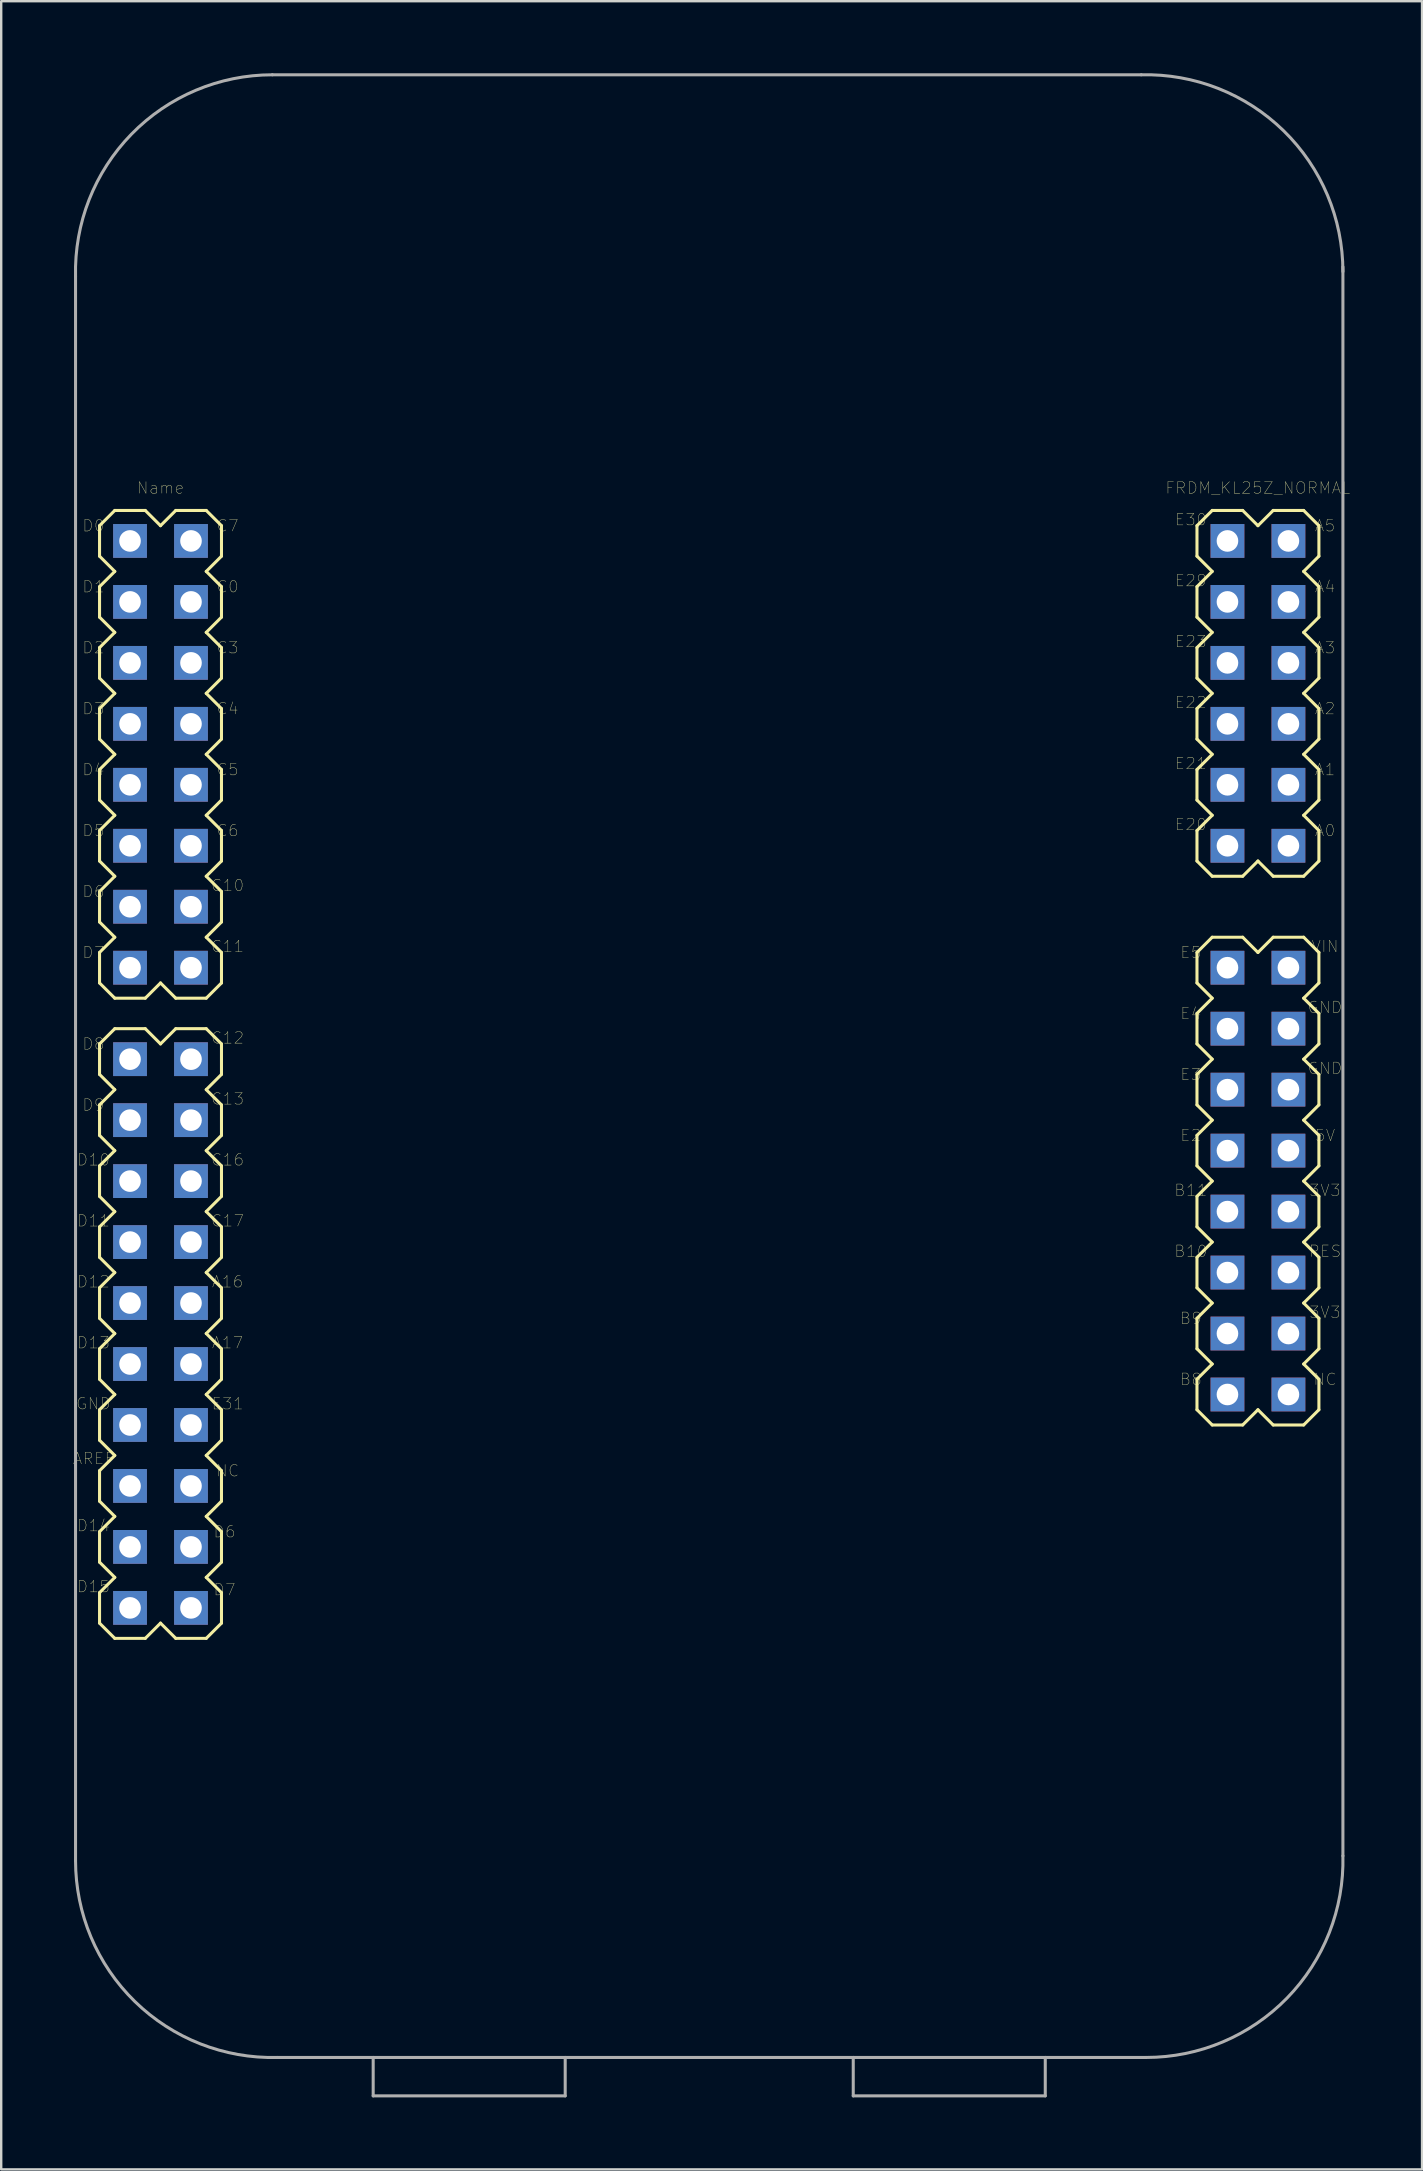
<source format=kicad_pcb>
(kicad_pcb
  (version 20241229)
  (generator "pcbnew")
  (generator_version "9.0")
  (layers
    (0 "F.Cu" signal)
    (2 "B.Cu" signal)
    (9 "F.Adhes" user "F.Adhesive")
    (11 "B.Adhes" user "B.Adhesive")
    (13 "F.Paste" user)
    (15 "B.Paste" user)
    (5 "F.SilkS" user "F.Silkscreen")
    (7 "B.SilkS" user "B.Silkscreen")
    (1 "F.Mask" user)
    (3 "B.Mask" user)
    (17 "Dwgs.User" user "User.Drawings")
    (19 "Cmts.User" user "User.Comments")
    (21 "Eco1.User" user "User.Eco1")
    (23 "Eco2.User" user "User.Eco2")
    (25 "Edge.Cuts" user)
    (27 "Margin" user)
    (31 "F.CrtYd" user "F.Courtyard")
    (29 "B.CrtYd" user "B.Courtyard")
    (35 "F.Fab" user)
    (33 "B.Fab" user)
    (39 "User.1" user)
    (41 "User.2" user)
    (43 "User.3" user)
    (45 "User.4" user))
  (footprint "FRDM_KL25Z_NORMAL"
    (layer "F.Cu")
    (at 26.497 37.266)
    (property "Reference" "FRDM_KL25Z_NORMAL" (at 22.86 -19.99 0) (layer "F.SilkS") (effects (font (size 0.48 0.48) (thickness 0.015))))
    (attr through_hole)
    (fp_line (start -25.4 -18.415) (end -25.4 -17.145) (stroke (width 0.127) (type solid)) (layer "F.SilkS"))
    (fp_line (start -25.4 -17.145) (end -24.765 -16.51) (stroke (width 0.127) (type solid)) (layer "F.SilkS"))
    (fp_line (start -25.4 -15.875) (end -25.4 -14.605) (stroke (width 0.127) (type solid)) (layer "F.SilkS"))
    (fp_line (start -25.4 -14.605) (end -24.765 -13.97) (stroke (width 0.127) (type solid)) (layer "F.SilkS"))
    (fp_line (start -25.4 -13.335) (end -25.4 -12.065) (stroke (width 0.127) (type solid)) (layer "F.SilkS"))
    (fp_line (start -25.4 -12.065) (end -24.765 -11.43) (stroke (width 0.127) (type solid)) (layer "F.SilkS"))
    (fp_line (start -25.4 -10.795) (end -25.4 -9.525) (stroke (width 0.127) (type solid)) (layer "F.SilkS"))
    (fp_line (start -25.4 -9.525) (end -24.765 -8.89) (stroke (width 0.127) (type solid)) (layer "F.SilkS"))
    (fp_line (start -25.4 -8.255) (end -25.4 -6.985) (stroke (width 0.127) (type solid)) (layer "F.SilkS"))
    (fp_line (start -25.4 -6.985) (end -24.765 -6.35) (stroke (width 0.127) (type solid)) (layer "F.SilkS"))
    (fp_line (start -25.4 -5.715) (end -25.4 -4.445) (stroke (width 0.127) (type solid)) (layer "F.SilkS"))
    (fp_line (start -25.4 -4.445) (end -24.765 -3.81) (stroke (width 0.127) (type solid)) (layer "F.SilkS"))
    (fp_line (start -25.4 -3.175) (end -25.4 -1.905) (stroke (width 0.127) (type solid)) (layer "F.SilkS"))
    (fp_line (start -25.4 -1.905) (end -24.765 -1.27) (stroke (width 0.127) (type solid)) (layer "F.SilkS"))
    (fp_line (start -25.4 -0.635) (end -25.4 0.635) (stroke (width 0.127) (type solid)) (layer "F.SilkS"))
    (fp_line (start -25.4 0.635) (end -24.765 1.27) (stroke (width 0.127) (type solid)) (layer "F.SilkS"))
    (fp_line (start -25.4 3.175) (end -25.4 4.445) (stroke (width 0.127) (type solid)) (layer "F.SilkS"))
    (fp_line (start -25.4 4.445) (end -24.765 5.08) (stroke (width 0.127) (type solid)) (layer "F.SilkS"))
    (fp_line (start -25.4 5.715) (end -25.4 6.985) (stroke (width 0.127) (type solid)) (layer "F.SilkS"))
    (fp_line (start -25.4 6.985) (end -24.765 7.62) (stroke (width 0.127) (type solid)) (layer "F.SilkS"))
    (fp_line (start -25.4 8.255) (end -25.4 9.525) (stroke (width 0.127) (type solid)) (layer "F.SilkS"))
    (fp_line (start -25.4 9.525) (end -24.765 10.16) (stroke (width 0.127) (type solid)) (layer "F.SilkS"))
    (fp_line (start -25.4 10.795) (end -25.4 12.065) (stroke (width 0.127) (type solid)) (layer "F.SilkS"))
    (fp_line (start -25.4 12.065) (end -24.765 12.7) (stroke (width 0.127) (type solid)) (layer "F.SilkS"))
    (fp_line (start -25.4 13.335) (end -25.4 14.605) (stroke (width 0.127) (type solid)) (layer "F.SilkS"))
    (fp_line (start -25.4 14.605) (end -24.765 15.24) (stroke (width 0.127) (type solid)) (layer "F.SilkS"))
    (fp_line (start -25.4 15.875) (end -25.4 17.145) (stroke (width 0.127) (type solid)) (layer "F.SilkS"))
    (fp_line (start -25.4 17.145) (end -24.765 17.78) (stroke (width 0.127) (type solid)) (layer "F.SilkS"))
    (fp_line (start -25.4 18.415) (end -25.4 19.685) (stroke (width 0.127) (type solid)) (layer "F.SilkS"))
    (fp_line (start -25.4 19.685) (end -24.765 20.32) (stroke (width 0.127) (type solid)) (layer "F.SilkS"))
    (fp_line (start -25.4 20.955) (end -25.4 22.225) (stroke (width 0.127) (type solid)) (layer "F.SilkS"))
    (fp_line (start -25.4 22.225) (end -24.765 22.86) (stroke (width 0.127) (type solid)) (layer "F.SilkS"))
    (fp_line (start -25.4 23.495) (end -25.4 24.765) (stroke (width 0.127) (type solid)) (layer "F.SilkS"))
    (fp_line (start -25.4 24.765) (end -24.765 25.4) (stroke (width 0.127) (type solid)) (layer "F.SilkS"))
    (fp_line (start -25.4 27.305) (end -25.4 26.035) (stroke (width 0.127) (type solid)) (layer "F.SilkS"))
    (fp_line (start -25.4 27.305) (end -24.765 27.94) (stroke (width 0.127) (type solid)) (layer "F.SilkS"))
    (fp_line (start -24.765 -19.05) (end -25.4 -18.415) (stroke (width 0.127) (type solid)) (layer "F.SilkS"))
    (fp_line (start -24.765 -16.51) (end -25.4 -15.875) (stroke (width 0.127) (type solid)) (layer "F.SilkS"))
    (fp_line (start -24.765 -13.97) (end -25.4 -13.335) (stroke (width 0.127) (type solid)) (layer "F.SilkS"))
    (fp_line (start -24.765 -11.43) (end -25.4 -10.795) (stroke (width 0.127) (type solid)) (layer "F.SilkS"))
    (fp_line (start -24.765 -8.89) (end -25.4 -8.255) (stroke (width 0.127) (type solid)) (layer "F.SilkS"))
    (fp_line (start -24.765 -6.35) (end -25.4 -5.715) (stroke (width 0.127) (type solid)) (layer "F.SilkS"))
    (fp_line (start -24.765 -3.81) (end -25.4 -3.175) (stroke (width 0.127) (type solid)) (layer "F.SilkS"))
    (fp_line (start -24.765 -1.27) (end -25.4 -0.635) (stroke (width 0.127) (type solid)) (layer "F.SilkS"))
    (fp_line (start -24.765 1.27) (end -23.495 1.27) (stroke (width 0.127) (type solid)) (layer "F.SilkS"))
    (fp_line (start -24.765 2.54) (end -25.4 3.175) (stroke (width 0.127) (type solid)) (layer "F.SilkS"))
    (fp_line (start -24.765 2.54) (end -23.495 2.54) (stroke (width 0.127) (type solid)) (layer "F.SilkS"))
    (fp_line (start -24.765 5.08) (end -25.4 5.715) (stroke (width 0.127) (type solid)) (layer "F.SilkS"))
    (fp_line (start -24.765 7.62) (end -25.4 8.255) (stroke (width 0.127) (type solid)) (layer "F.SilkS"))
    (fp_line (start -24.765 10.16) (end -25.4 10.795) (stroke (width 0.127) (type solid)) (layer "F.SilkS"))
    (fp_line (start -24.765 12.7) (end -25.4 13.335) (stroke (width 0.127) (type solid)) (layer "F.SilkS"))
    (fp_line (start -24.765 15.24) (end -25.4 15.875) (stroke (width 0.127) (type solid)) (layer "F.SilkS"))
    (fp_line (start -24.765 17.78) (end -25.4 18.415) (stroke (width 0.127) (type solid)) (layer "F.SilkS"))
    (fp_line (start -24.765 20.32) (end -25.4 20.955) (stroke (width 0.127) (type solid)) (layer "F.SilkS"))
    (fp_line (start -24.765 22.86) (end -25.4 23.495) (stroke (width 0.127) (type solid)) (layer "F.SilkS"))
    (fp_line (start -24.765 25.4) (end -25.4 26.035) (stroke (width 0.127) (type solid)) (layer "F.SilkS"))
    (fp_line (start -24.765 27.94) (end -23.495 27.94) (stroke (width 0.127) (type solid)) (layer "F.SilkS"))
    (fp_line (start -23.495 -19.05) (end -24.765 -19.05) (stroke (width 0.127) (type solid)) (layer "F.SilkS"))
    (fp_line (start -23.495 1.27) (end -22.86 0.635) (stroke (width 0.127) (type solid)) (layer "F.SilkS"))
    (fp_line (start -23.495 27.94) (end -22.86 27.305) (stroke (width 0.127) (type solid)) (layer "F.SilkS"))
    (fp_line (start -22.86 -18.415) (end -23.495 -19.05) (stroke (width 0.127) (type solid)) (layer "F.SilkS"))
    (fp_line (start -22.86 0.635) (end -22.225 1.27) (stroke (width 0.127) (type solid)) (layer "F.SilkS"))
    (fp_line (start -22.86 3.175) (end -23.495 2.54) (stroke (width 0.127) (type solid)) (layer "F.SilkS"))
    (fp_line (start -22.86 27.305) (end -22.225 27.94) (stroke (width 0.127) (type solid)) (layer "F.SilkS"))
    (fp_line (start -22.225 -19.05) (end -22.86 -18.415) (stroke (width 0.127) (type solid)) (layer "F.SilkS"))
    (fp_line (start -22.225 1.27) (end -20.955 1.27) (stroke (width 0.127) (type solid)) (layer "F.SilkS"))
    (fp_line (start -22.225 2.54) (end -22.86 3.175) (stroke (width 0.127) (type solid)) (layer "F.SilkS"))
    (fp_line (start -22.225 2.54) (end -20.955 2.54) (stroke (width 0.127) (type solid)) (layer "F.SilkS"))
    (fp_line (start -22.225 27.94) (end -20.955 27.94) (stroke (width 0.127) (type solid)) (layer "F.SilkS"))
    (fp_line (start -20.955 -19.05) (end -22.225 -19.05) (stroke (width 0.127) (type solid)) (layer "F.SilkS"))
    (fp_line (start -20.955 -16.51) (end -20.32 -17.145) (stroke (width 0.127) (type solid)) (layer "F.SilkS"))
    (fp_line (start -20.955 -13.97) (end -20.32 -14.605) (stroke (width 0.127) (type solid)) (layer "F.SilkS"))
    (fp_line (start -20.955 -11.43) (end -20.32 -12.065) (stroke (width 0.127) (type solid)) (layer "F.SilkS"))
    (fp_line (start -20.955 -8.89) (end -20.32 -9.525) (stroke (width 0.127) (type solid)) (layer "F.SilkS"))
    (fp_line (start -20.955 -6.35) (end -20.32 -6.985) (stroke (width 0.127) (type solid)) (layer "F.SilkS"))
    (fp_line (start -20.955 -3.81) (end -20.32 -4.445) (stroke (width 0.127) (type solid)) (layer "F.SilkS"))
    (fp_line (start -20.955 -1.27) (end -20.32 -1.905) (stroke (width 0.127) (type solid)) (layer "F.SilkS"))
    (fp_line (start -20.955 1.27) (end -20.32 0.635) (stroke (width 0.127) (type solid)) (layer "F.SilkS"))
    (fp_line (start -20.955 5.08) (end -20.32 4.445) (stroke (width 0.127) (type solid)) (layer "F.SilkS"))
    (fp_line (start -20.955 7.62) (end -20.32 6.985) (stroke (width 0.127) (type solid)) (layer "F.SilkS"))
    (fp_line (start -20.955 10.16) (end -20.32 9.525) (stroke (width 0.127) (type solid)) (layer "F.SilkS"))
    (fp_line (start -20.955 12.7) (end -20.32 12.065) (stroke (width 0.127) (type solid)) (layer "F.SilkS"))
    (fp_line (start -20.955 15.24) (end -20.32 14.605) (stroke (width 0.127) (type solid)) (layer "F.SilkS"))
    (fp_line (start -20.955 17.78) (end -20.32 17.145) (stroke (width 0.127) (type solid)) (layer "F.SilkS"))
    (fp_line (start -20.955 20.32) (end -20.32 19.685) (stroke (width 0.127) (type solid)) (layer "F.SilkS"))
    (fp_line (start -20.955 22.86) (end -20.32 22.225) (stroke (width 0.127) (type solid)) (layer "F.SilkS"))
    (fp_line (start -20.955 25.4) (end -20.32 24.765) (stroke (width 0.127) (type solid)) (layer "F.SilkS"))
    (fp_line (start -20.955 27.94) (end -20.32 27.305) (stroke (width 0.127) (type solid)) (layer "F.SilkS"))
    (fp_line (start -20.32 -18.415) (end -20.955 -19.05) (stroke (width 0.127) (type solid)) (layer "F.SilkS"))
    (fp_line (start -20.32 -17.145) (end -20.32 -18.415) (stroke (width 0.127) (type solid)) (layer "F.SilkS"))
    (fp_line (start -20.32 -15.875) (end -20.955 -16.51) (stroke (width 0.127) (type solid)) (layer "F.SilkS"))
    (fp_line (start -20.32 -14.605) (end -20.32 -15.875) (stroke (width 0.127) (type solid)) (layer "F.SilkS"))
    (fp_line (start -20.32 -13.335) (end -20.955 -13.97) (stroke (width 0.127) (type solid)) (layer "F.SilkS"))
    (fp_line (start -20.32 -12.065) (end -20.32 -13.335) (stroke (width 0.127) (type solid)) (layer "F.SilkS"))
    (fp_line (start -20.32 -10.795) (end -20.955 -11.43) (stroke (width 0.127) (type solid)) (layer "F.SilkS"))
    (fp_line (start -20.32 -9.525) (end -20.32 -10.795) (stroke (width 0.127) (type solid)) (layer "F.SilkS"))
    (fp_line (start -20.32 -8.255) (end -20.955 -8.89) (stroke (width 0.127) (type solid)) (layer "F.SilkS"))
    (fp_line (start -20.32 -6.985) (end -20.32 -8.255) (stroke (width 0.127) (type solid)) (layer "F.SilkS"))
    (fp_line (start -20.32 -5.715) (end -20.955 -6.35) (stroke (width 0.127) (type solid)) (layer "F.SilkS"))
    (fp_line (start -20.32 -4.445) (end -20.32 -5.715) (stroke (width 0.127) (type solid)) (layer "F.SilkS"))
    (fp_line (start -20.32 -3.175) (end -20.955 -3.81) (stroke (width 0.127) (type solid)) (layer "F.SilkS"))
    (fp_line (start -20.32 -1.905) (end -20.32 -3.175) (stroke (width 0.127) (type solid)) (layer "F.SilkS"))
    (fp_line (start -20.32 -0.635) (end -20.955 -1.27) (stroke (width 0.127) (type solid)) (layer "F.SilkS"))
    (fp_line (start -20.32 0.635) (end -20.32 -0.635) (stroke (width 0.127) (type solid)) (layer "F.SilkS"))
    (fp_line (start -20.32 3.175) (end -20.955 2.54) (stroke (width 0.127) (type solid)) (layer "F.SilkS"))
    (fp_line (start -20.32 4.445) (end -20.32 3.175) (stroke (width 0.127) (type solid)) (layer "F.SilkS"))
    (fp_line (start -20.32 5.715) (end -20.955 5.08) (stroke (width 0.127) (type solid)) (layer "F.SilkS"))
    (fp_line (start -20.32 6.985) (end -20.32 5.715) (stroke (width 0.127) (type solid)) (layer "F.SilkS"))
    (fp_line (start -20.32 8.255) (end -20.955 7.62) (stroke (width 0.127) (type solid)) (layer "F.SilkS"))
    (fp_line (start -20.32 9.525) (end -20.32 8.255) (stroke (width 0.127) (type solid)) (layer "F.SilkS"))
    (fp_line (start -20.32 10.795) (end -20.955 10.16) (stroke (width 0.127) (type solid)) (layer "F.SilkS"))
    (fp_line (start -20.32 12.065) (end -20.32 10.795) (stroke (width 0.127) (type solid)) (layer "F.SilkS"))
    (fp_line (start -20.32 13.335) (end -20.955 12.7) (stroke (width 0.127) (type solid)) (layer "F.SilkS"))
    (fp_line (start -20.32 14.605) (end -20.32 13.335) (stroke (width 0.127) (type solid)) (layer "F.SilkS"))
    (fp_line (start -20.32 15.875) (end -20.955 15.24) (stroke (width 0.127) (type solid)) (layer "F.SilkS"))
    (fp_line (start -20.32 17.145) (end -20.32 15.875) (stroke (width 0.127) (type solid)) (layer "F.SilkS"))
    (fp_line (start -20.32 18.415) (end -20.955 17.78) (stroke (width 0.127) (type solid)) (layer "F.SilkS"))
    (fp_line (start -20.32 19.685) (end -20.32 18.415) (stroke (width 0.127) (type solid)) (layer "F.SilkS"))
    (fp_line (start -20.32 20.955) (end -20.955 20.32) (stroke (width 0.127) (type solid)) (layer "F.SilkS"))
    (fp_line (start -20.32 22.225) (end -20.32 20.955) (stroke (width 0.127) (type solid)) (layer "F.SilkS"))
    (fp_line (start -20.32 23.495) (end -20.955 22.86) (stroke (width 0.127) (type solid)) (layer "F.SilkS"))
    (fp_line (start -20.32 24.765) (end -20.32 23.495) (stroke (width 0.127) (type solid)) (layer "F.SilkS"))
    (fp_line (start -20.32 26.035) (end -20.955 25.4) (stroke (width 0.127) (type solid)) (layer "F.SilkS"))
    (fp_line (start -20.32 27.305) (end -20.32 26.035) (stroke (width 0.127) (type solid)) (layer "F.SilkS"))
    (fp_line (start 20.32 -18.415) (end 20.32 -17.145) (stroke (width 0.127) (type solid)) (layer "F.SilkS"))
    (fp_line (start 20.32 -17.145) (end 20.955 -16.51) (stroke (width 0.127) (type solid)) (layer "F.SilkS"))
    (fp_line (start 20.32 -15.875) (end 20.32 -14.605) (stroke (width 0.127) (type solid)) (layer "F.SilkS"))
    (fp_line (start 20.32 -14.605) (end 20.955 -13.97) (stroke (width 0.127) (type solid)) (layer "F.SilkS"))
    (fp_line (start 20.32 -13.335) (end 20.32 -12.065) (stroke (width 0.127) (type solid)) (layer "F.SilkS"))
    (fp_line (start 20.32 -12.065) (end 20.955 -11.43) (stroke (width 0.127) (type solid)) (layer "F.SilkS"))
    (fp_line (start 20.32 -10.795) (end 20.32 -9.525) (stroke (width 0.127) (type solid)) (layer "F.SilkS"))
    (fp_line (start 20.32 -9.525) (end 20.955 -8.89) (stroke (width 0.127) (type solid)) (layer "F.SilkS"))
    (fp_line (start 20.32 -8.255) (end 20.32 -6.985) (stroke (width 0.127) (type solid)) (layer "F.SilkS"))
    (fp_line (start 20.32 -6.985) (end 20.955 -6.35) (stroke (width 0.127) (type solid)) (layer "F.SilkS"))
    (fp_line (start 20.32 -5.715) (end 20.32 -4.445) (stroke (width 0.127) (type solid)) (layer "F.SilkS"))
    (fp_line (start 20.32 -4.445) (end 20.955 -3.81) (stroke (width 0.127) (type solid)) (layer "F.SilkS"))
    (fp_line (start 20.32 -0.635) (end 20.32 0.635) (stroke (width 0.127) (type solid)) (layer "F.SilkS"))
    (fp_line (start 20.32 0.635) (end 20.955 1.27) (stroke (width 0.127) (type solid)) (layer "F.SilkS"))
    (fp_line (start 20.32 1.905) (end 20.32 3.175) (stroke (width 0.127) (type solid)) (layer "F.SilkS"))
    (fp_line (start 20.32 3.175) (end 20.955 3.81) (stroke (width 0.127) (type solid)) (layer "F.SilkS"))
    (fp_line (start 20.32 4.445) (end 20.32 5.715) (stroke (width 0.127) (type solid)) (layer "F.SilkS"))
    (fp_line (start 20.32 5.715) (end 20.955 6.35) (stroke (width 0.127) (type solid)) (layer "F.SilkS"))
    (fp_line (start 20.32 6.985) (end 20.32 8.255) (stroke (width 0.127) (type solid)) (layer "F.SilkS"))
    (fp_line (start 20.32 8.255) (end 20.955 8.89) (stroke (width 0.127) (type solid)) (layer "F.SilkS"))
    (fp_line (start 20.32 9.525) (end 20.32 10.795) (stroke (width 0.127) (type solid)) (layer "F.SilkS"))
    (fp_line (start 20.32 10.795) (end 20.955 11.43) (stroke (width 0.127) (type solid)) (layer "F.SilkS"))
    (fp_line (start 20.32 12.065) (end 20.32 13.335) (stroke (width 0.127) (type solid)) (layer "F.SilkS"))
    (fp_line (start 20.32 13.335) (end 20.955 13.97) (stroke (width 0.127) (type solid)) (layer "F.SilkS"))
    (fp_line (start 20.32 14.605) (end 20.32 15.875) (stroke (width 0.127) (type solid)) (layer "F.SilkS"))
    (fp_line (start 20.32 15.875) (end 20.955 16.51) (stroke (width 0.127) (type solid)) (layer "F.SilkS"))
    (fp_line (start 20.32 18.415) (end 20.32 17.145) (stroke (width 0.127) (type solid)) (layer "F.SilkS"))
    (fp_line (start 20.32 18.415) (end 20.955 19.05) (stroke (width 0.127) (type solid)) (layer "F.SilkS"))
    (fp_line (start 20.955 -19.05) (end 20.32 -18.415) (stroke (width 0.127) (type solid)) (layer "F.SilkS"))
    (fp_line (start 20.955 -16.51) (end 20.32 -15.875) (stroke (width 0.127) (type solid)) (layer "F.SilkS"))
    (fp_line (start 20.955 -13.97) (end 20.32 -13.335) (stroke (width 0.127) (type solid)) (layer "F.SilkS"))
    (fp_line (start 20.955 -11.43) (end 20.32 -10.795) (stroke (width 0.127) (type solid)) (layer "F.SilkS"))
    (fp_line (start 20.955 -8.89) (end 20.32 -8.255) (stroke (width 0.127) (type solid)) (layer "F.SilkS"))
    (fp_line (start 20.955 -6.35) (end 20.32 -5.715) (stroke (width 0.127) (type solid)) (layer "F.SilkS"))
    (fp_line (start 20.955 -3.81) (end 22.225 -3.81) (stroke (width 0.127) (type solid)) (layer "F.SilkS"))
    (fp_line (start 20.955 -1.27) (end 20.32 -0.635) (stroke (width 0.127) (type solid)) (layer "F.SilkS"))
    (fp_line (start 20.955 -1.27) (end 22.225 -1.27) (stroke (width 0.127) (type solid)) (layer "F.SilkS"))
    (fp_line (start 20.955 1.27) (end 20.32 1.905) (stroke (width 0.127) (type solid)) (layer "F.SilkS"))
    (fp_line (start 20.955 3.81) (end 20.32 4.445) (stroke (width 0.127) (type solid)) (layer "F.SilkS"))
    (fp_line (start 20.955 6.35) (end 20.32 6.985) (stroke (width 0.127) (type solid)) (layer "F.SilkS"))
    (fp_line (start 20.955 8.89) (end 20.32 9.525) (stroke (width 0.127) (type solid)) (layer "F.SilkS"))
    (fp_line (start 20.955 11.43) (end 20.32 12.065) (stroke (width 0.127) (type solid)) (layer "F.SilkS"))
    (fp_line (start 20.955 13.97) (end 20.32 14.605) (stroke (width 0.127) (type solid)) (layer "F.SilkS"))
    (fp_line (start 20.955 16.51) (end 20.32 17.145) (stroke (width 0.127) (type solid)) (layer "F.SilkS"))
    (fp_line (start 20.955 19.05) (end 22.225 19.05) (stroke (width 0.127) (type solid)) (layer "F.SilkS"))
    (fp_line (start 22.225 -19.05) (end 20.955 -19.05) (stroke (width 0.127) (type solid)) (layer "F.SilkS"))
    (fp_line (start 22.225 -3.81) (end 22.86 -4.445) (stroke (width 0.127) (type solid)) (layer "F.SilkS"))
    (fp_line (start 22.225 19.05) (end 22.86 18.415) (stroke (width 0.127) (type solid)) (layer "F.SilkS"))
    (fp_line (start 22.86 -18.415) (end 22.225 -19.05) (stroke (width 0.127) (type solid)) (layer "F.SilkS"))
    (fp_line (start 22.86 -4.445) (end 23.495 -3.81) (stroke (width 0.127) (type solid)) (layer "F.SilkS"))
    (fp_line (start 22.86 -0.635) (end 22.225 -1.27) (stroke (width 0.127) (type solid)) (layer "F.SilkS"))
    (fp_line (start 22.86 18.415) (end 23.495 19.05) (stroke (width 0.127) (type solid)) (layer "F.SilkS"))
    (fp_line (start 23.495 -19.05) (end 22.86 -18.415) (stroke (width 0.127) (type solid)) (layer "F.SilkS"))
    (fp_line (start 23.495 -1.27) (end 22.86 -0.635) (stroke (width 0.127) (type solid)) (layer "F.SilkS"))
    (fp_line (start 23.495 -1.27) (end 24.765 -1.27) (stroke (width 0.127) (type solid)) (layer "F.SilkS"))
    (fp_line (start 23.495 19.05) (end 24.765 19.05) (stroke (width 0.127) (type solid)) (layer "F.SilkS"))
    (fp_line (start 24.765 -19.05) (end 23.495 -19.05) (stroke (width 0.127) (type solid)) (layer "F.SilkS"))
    (fp_line (start 24.765 -19.05) (end 25.4 -18.415) (stroke (width 0.127) (type solid)) (layer "F.SilkS"))
    (fp_line (start 24.765 -16.51) (end 25.4 -15.875) (stroke (width 0.127) (type solid)) (layer "F.SilkS"))
    (fp_line (start 24.765 -13.97) (end 25.4 -13.335) (stroke (width 0.127) (type solid)) (layer "F.SilkS"))
    (fp_line (start 24.765 -11.43) (end 25.4 -10.795) (stroke (width 0.127) (type solid)) (layer "F.SilkS"))
    (fp_line (start 24.765 -8.89) (end 25.4 -8.255) (stroke (width 0.127) (type solid)) (layer "F.SilkS"))
    (fp_line (start 24.765 -6.35) (end 25.4 -5.715) (stroke (width 0.127) (type solid)) (layer "F.SilkS"))
    (fp_line (start 24.765 -3.81) (end 23.495 -3.81) (stroke (width 0.127) (type solid)) (layer "F.SilkS"))
    (fp_line (start 24.765 1.27) (end 25.4 0.635) (stroke (width 0.127) (type solid)) (layer "F.SilkS"))
    (fp_line (start 24.765 3.81) (end 25.4 3.175) (stroke (width 0.127) (type solid)) (layer "F.SilkS"))
    (fp_line (start 24.765 6.35) (end 25.4 5.715) (stroke (width 0.127) (type solid)) (layer "F.SilkS"))
    (fp_line (start 24.765 8.89) (end 25.4 8.255) (stroke (width 0.127) (type solid)) (layer "F.SilkS"))
    (fp_line (start 24.765 11.43) (end 25.4 10.795) (stroke (width 0.127) (type solid)) (layer "F.SilkS"))
    (fp_line (start 24.765 13.97) (end 25.4 13.335) (stroke (width 0.127) (type solid)) (layer "F.SilkS"))
    (fp_line (start 24.765 16.51) (end 25.4 15.875) (stroke (width 0.127) (type solid)) (layer "F.SilkS"))
    (fp_line (start 24.765 19.05) (end 25.4 18.415) (stroke (width 0.127) (type solid)) (layer "F.SilkS"))
    (fp_line (start 25.4 -18.415) (end 25.4 -17.145) (stroke (width 0.127) (type solid)) (layer "F.SilkS"))
    (fp_line (start 25.4 -17.145) (end 24.765 -16.51) (stroke (width 0.127) (type solid)) (layer "F.SilkS"))
    (fp_line (start 25.4 -15.875) (end 25.4 -14.605) (stroke (width 0.127) (type solid)) (layer "F.SilkS"))
    (fp_line (start 25.4 -14.605) (end 24.765 -13.97) (stroke (width 0.127) (type solid)) (layer "F.SilkS"))
    (fp_line (start 25.4 -13.335) (end 25.4 -12.065) (stroke (width 0.127) (type solid)) (layer "F.SilkS"))
    (fp_line (start 25.4 -12.065) (end 24.765 -11.43) (stroke (width 0.127) (type solid)) (layer "F.SilkS"))
    (fp_line (start 25.4 -10.795) (end 25.4 -9.525) (stroke (width 0.127) (type solid)) (layer "F.SilkS"))
    (fp_line (start 25.4 -9.525) (end 24.765 -8.89) (stroke (width 0.127) (type solid)) (layer "F.SilkS"))
    (fp_line (start 25.4 -8.255) (end 25.4 -6.985) (stroke (width 0.127) (type solid)) (layer "F.SilkS"))
    (fp_line (start 25.4 -6.985) (end 24.765 -6.35) (stroke (width 0.127) (type solid)) (layer "F.SilkS"))
    (fp_line (start 25.4 -5.715) (end 25.4 -4.445) (stroke (width 0.127) (type solid)) (layer "F.SilkS"))
    (fp_line (start 25.4 -4.445) (end 24.765 -3.81) (stroke (width 0.127) (type solid)) (layer "F.SilkS"))
    (fp_line (start 25.4 -0.635) (end 24.765 -1.27) (stroke (width 0.127) (type solid)) (layer "F.SilkS"))
    (fp_line (start 25.4 0.635) (end 25.4 -0.635) (stroke (width 0.127) (type solid)) (layer "F.SilkS"))
    (fp_line (start 25.4 1.905) (end 24.765 1.27) (stroke (width 0.127) (type solid)) (layer "F.SilkS"))
    (fp_line (start 25.4 3.175) (end 25.4 1.905) (stroke (width 0.127) (type solid)) (layer "F.SilkS"))
    (fp_line (start 25.4 4.445) (end 24.765 3.81) (stroke (width 0.127) (type solid)) (layer "F.SilkS"))
    (fp_line (start 25.4 5.715) (end 25.4 4.445) (stroke (width 0.127) (type solid)) (layer "F.SilkS"))
    (fp_line (start 25.4 6.985) (end 24.765 6.35) (stroke (width 0.127) (type solid)) (layer "F.SilkS"))
    (fp_line (start 25.4 8.255) (end 25.4 6.985) (stroke (width 0.127) (type solid)) (layer "F.SilkS"))
    (fp_line (start 25.4 9.525) (end 24.765 8.89) (stroke (width 0.127) (type solid)) (layer "F.SilkS"))
    (fp_line (start 25.4 10.795) (end 25.4 9.525) (stroke (width 0.127) (type solid)) (layer "F.SilkS"))
    (fp_line (start 25.4 12.065) (end 24.765 11.43) (stroke (width 0.127) (type solid)) (layer "F.SilkS"))
    (fp_line (start 25.4 12.065) (end 25.4 13.335) (stroke (width 0.127) (type solid)) (layer "F.SilkS"))
    (fp_line (start 25.4 14.605) (end 24.765 13.97) (stroke (width 0.127) (type solid)) (layer "F.SilkS"))
    (fp_line (start 25.4 15.875) (end 25.4 14.605) (stroke (width 0.127) (type solid)) (layer "F.SilkS"))
    (fp_line (start 25.4 17.145) (end 24.765 16.51) (stroke (width 0.127) (type solid)) (layer "F.SilkS"))
    (fp_line (start 25.4 18.415) (end 25.4 17.145) (stroke (width 0.127) (type solid)) (layer "F.SilkS"))
    (fp_line (start -26.4 -28.8) (end -26.4 37.2) (stroke (width 0.127) (type solid)) (layer "F.Fab"))
    (fp_line (start -14 45.4) (end -18 45.4) (stroke (width 0.127) (type solid)) (layer "F.Fab"))
    (fp_line (start -14 45.4) (end -14 47) (stroke (width 0.127) (type solid)) (layer "F.Fab"))
    (fp_line (start -14 47) (end -6 47) (stroke (width 0.127) (type solid)) (layer "F.Fab"))
    (fp_line (start -6 45.4) (end -14 45.4) (stroke (width 0.127) (type solid)) (layer "F.Fab"))
    (fp_line (start -6 47) (end -6 45.4) (stroke (width 0.127) (type solid)) (layer "F.Fab"))
    (fp_line (start 6 45.4) (end -6 45.4) (stroke (width 0.127) (type solid)) (layer "F.Fab"))
    (fp_line (start 6 47) (end 6 45.4) (stroke (width 0.127) (type solid)) (layer "F.Fab"))
    (fp_line (start 14 45.4) (end 6 45.4) (stroke (width 0.127) (type solid)) (layer "F.Fab"))
    (fp_line (start 14 45.4) (end 14 47) (stroke (width 0.127) (type solid)) (layer "F.Fab"))
    (fp_line (start 14 47) (end 6 47) (stroke (width 0.127) (type solid)) (layer "F.Fab"))
    (fp_line (start 18 -37.2) (end -18.2 -37.2) (stroke (width 0.127) (type solid)) (layer "F.Fab"))
    (fp_line (start 18.2 45.4) (end 14 45.4) (stroke (width 0.127) (type solid)) (layer "F.Fab"))
    (fp_line (start 26.4 -29.2) (end 26.4 37) (stroke (width 0.127) (type solid)) (layer "F.Fab"))
    (fp_arc (start -26.4 -28.8) (mid -24.069771 -34.727634) (end -18.2 -37.2) (stroke (width 0.127) (type solid)) (layer "F.Fab"))
    (fp_arc (start -18 45.4) (mid -23.927634 43.069771) (end -26.4 37.2) (stroke (width 0.127) (type solid)) (layer "F.Fab"))
    (fp_arc (start 18 -37.2) (mid 23.927634 -34.869771) (end 26.4 -29) (stroke (width 0.127) (type solid)) (layer "F.Fab"))
    (fp_arc (start 26.4 37) (mid 24.069771 42.927634) (end 18.2 45.4) (stroke (width 0.127) (type solid)) (layer "F.Fab"))
    (fp_text user "C16" (at -20.066 8.001 0) (layer "F.SilkS") (effects (font (size 0.48 0.48) (thickness 0.015))))
    (fp_text user "GND" (at 25.654 4.191 0) (layer "F.SilkS") (effects (font (size 0.48 0.48) (thickness 0.015))))
    (fp_text user "C3" (at -20.066 -13.335 0) (layer "F.SilkS") (effects (font (size 0.48 0.48) (thickness 0.015))))
    (fp_text user "C13" (at -20.066 5.461 0) (layer "F.SilkS") (effects (font (size 0.48 0.48) (thickness 0.015))))
    (fp_text user "C5" (at -20.066 -8.255 0) (layer "F.SilkS") (effects (font (size 0.48 0.48) (thickness 0.015))))
    (fp_text user "D6" (at -20.193 23.495 0) (layer "F.SilkS") (effects (font (size 0.48 0.48) (thickness 0.015))))
    (fp_text user "D13" (at -25.654 15.621 0) (layer "F.SilkS") (effects (font (size 0.48 0.48) (thickness 0.015))))
    (fp_text user "A16" (at -20.066 13.081 0) (layer "F.SilkS") (effects (font (size 0.48 0.48) (thickness 0.015))))
    (fp_text user "A2" (at 25.654 -10.795 0) (layer "F.SilkS") (effects (font (size 0.48 0.48) (thickness 0.015))))
    (fp_text user "D1" (at -25.654 -15.875 0) (layer "F.SilkS") (effects (font (size 0.48 0.48) (thickness 0.015))))
    (fp_text user "D4" (at -25.654 -8.255 0) (layer "F.SilkS") (effects (font (size 0.48 0.48) (thickness 0.015))))
    (fp_text user "E3" (at 20.066 4.445 0) (layer "F.SilkS") (effects (font (size 0.48 0.48) (thickness 0.015))))
    (fp_text user "A5" (at 25.654 -18.415 0) (layer "F.SilkS") (effects (font (size 0.48 0.48) (thickness 0.015))))
    (fp_text user "3V3" (at 25.654 14.351 0) (layer "F.SilkS") (effects (font (size 0.48 0.48) (thickness 0.015))))
    (fp_text user "D15" (at -25.654 25.781 0) (layer "F.SilkS") (effects (font (size 0.48 0.48) (thickness 0.015))))
    (fp_text user "GND" (at -25.654 18.161 0) (layer "F.SilkS") (effects (font (size 0.48 0.48) (thickness 0.015))))
    (fp_text user "C11" (at -20.066 -0.889 0) (layer "F.SilkS") (effects (font (size 0.48 0.48) (thickness 0.015))))
    (fp_text user "A3" (at 25.654 -13.335 0) (layer "F.SilkS") (effects (font (size 0.48 0.48) (thickness 0.015))))
    (fp_text user "VIN" (at 25.654 -0.889 0) (layer "F.SilkS") (effects (font (size 0.48 0.48) (thickness 0.015))))
    (fp_text user "C6" (at -20.066 -5.715 0) (layer "F.SilkS") (effects (font (size 0.48 0.48) (thickness 0.015))))
    (fp_text user "A0" (at 25.654 -5.715 0) (layer "F.SilkS") (effects (font (size 0.48 0.48) (thickness 0.015))))
    (fp_text user "D7" (at -25.654 -0.635 0) (layer "F.SilkS") (effects (font (size 0.48 0.48) (thickness 0.015))))
    (fp_text user "D12" (at -25.654 13.081 0) (layer "F.SilkS") (effects (font (size 0.48 0.48) (thickness 0.015))))
    (fp_text user "D2" (at -25.654 -13.335 0) (layer "F.SilkS") (effects (font (size 0.48 0.48) (thickness 0.015))))
    (fp_text user "B11" (at 20.066 9.271 0) (layer "F.SilkS") (effects (font (size 0.48 0.48) (thickness 0.015))))
    (fp_text user "3V3" (at 25.654 9.271 0) (layer "F.SilkS") (effects (font (size 0.48 0.48) (thickness 0.015))))
    (fp_text user "NC" (at 25.654 17.145 0) (layer "F.SilkS") (effects (font (size 0.48 0.48) (thickness 0.015))))
    (fp_text user "GND" (at 25.654 1.651 0) (layer "F.SilkS") (effects (font (size 0.48 0.48) (thickness 0.015))))
    (fp_text user "NC" (at -20.066 20.955 0) (layer "F.SilkS") (effects (font (size 0.48 0.48) (thickness 0.015))))
    (fp_text user "D10" (at -25.654 8.001 0) (layer "F.SilkS") (effects (font (size 0.48 0.48) (thickness 0.015))))
    (fp_text user "E30" (at 20.066 -18.669 0) (layer "F.SilkS") (effects (font (size 0.48 0.48) (thickness 0.015))))
    (fp_text user "D3" (at -25.654 -10.795 0) (layer "F.SilkS") (effects (font (size 0.48 0.48) (thickness 0.015))))
    (fp_text user "E5" (at 20.066 -0.635 0) (layer "F.SilkS") (effects (font (size 0.48 0.48) (thickness 0.015))))
    (fp_text user "B9" (at 20.066 14.605 0) (layer "F.SilkS") (effects (font (size 0.48 0.48) (thickness 0.015))))
    (fp_text user "D8" (at -25.654 3.175 0) (layer "F.SilkS") (effects (font (size 0.48 0.48) (thickness 0.015))))
    (fp_text user "D11" (at -25.654 10.541 0) (layer "F.SilkS") (effects (font (size 0.48 0.48) (thickness 0.015))))
    (fp_text user "D0" (at -25.654 -18.415 0) (layer "F.SilkS") (effects (font (size 0.48 0.48) (thickness 0.015))))
    (fp_text user "C7" (at -20.066 -18.415 0) (layer "F.SilkS") (effects (font (size 0.48 0.48) (thickness 0.015))))
    (fp_text user "A4" (at 25.654 -15.875 0) (layer "F.SilkS") (effects (font (size 0.48 0.48) (thickness 0.015))))
    (fp_text user "C12" (at -20.066 2.921 0) (layer "F.SilkS") (effects (font (size 0.48 0.48) (thickness 0.015))))
    (fp_text user "C17" (at -20.066 10.541 0) (layer "F.SilkS") (effects (font (size 0.48 0.48) (thickness 0.015))))
    (fp_text user "C10" (at -20.066 -3.429 0) (layer "F.SilkS") (effects (font (size 0.48 0.48) (thickness 0.015))))
    (fp_text user "C0" (at -20.066 -15.875 0) (layer "F.SilkS") (effects (font (size 0.48 0.48) (thickness 0.015))))
    (fp_text user "A1" (at 25.654 -8.255 0) (layer "F.SilkS") (effects (font (size 0.48 0.48) (thickness 0.015))))
    (fp_text user "E21" (at 20.066 -8.509 0) (layer "F.SilkS") (effects (font (size 0.48 0.48) (thickness 0.015))))
    (fp_text user "E31" (at -20.066 18.161 0) (layer "F.SilkS") (effects (font (size 0.48 0.48) (thickness 0.015))))
    (fp_text user "E4" (at 20.066 1.905 0) (layer "F.SilkS") (effects (font (size 0.48 0.48) (thickness 0.015))))
    (fp_text user "A17" (at -20.066 15.621 0) (layer "F.SilkS") (effects (font (size 0.48 0.48) (thickness 0.015))))
    (fp_text user "E23" (at 20.066 -13.589 0) (layer "F.SilkS") (effects (font (size 0.48 0.48) (thickness 0.015))))
    (fp_text user "Name" (at -22.86 -19.99 0) (layer "F.SilkS") (effects (font (size 0.48 0.48) (thickness 0.015))))
    (fp_text user "AREF" (at -25.654 20.447 0) (layer "F.SilkS") (effects (font (size 0.48 0.48) (thickness 0.015))))
    (fp_text user "E20" (at 20.066 -5.969 0) (layer "F.SilkS") (effects (font (size 0.48 0.48) (thickness 0.015))))
    (fp_text user "D6" (at -25.654 -3.175 0) (layer "F.SilkS") (effects (font (size 0.48 0.48) (thickness 0.015))))
    (fp_text user "B10" (at 20.066 11.811 0) (layer "F.SilkS") (effects (font (size 0.48 0.48) (thickness 0.015))))
    (fp_text user "5V" (at 25.654 6.985 0) (layer "F.SilkS") (effects (font (size 0.48 0.48) (thickness 0.015))))
    (fp_text user "RES" (at 25.654 11.811 0) (layer "F.SilkS") (effects (font (size 0.48 0.48) (thickness 0.015))))
    (fp_text user "E22" (at 20.066 -11.049 0) (layer "F.SilkS") (effects (font (size 0.48 0.48) (thickness 0.015))))
    (fp_text user "D9" (at -25.654 5.715 0) (layer "F.SilkS") (effects (font (size 0.48 0.48) (thickness 0.015))))
    (fp_text user "E29" (at 20.066 -16.129 0) (layer "F.SilkS") (effects (font (size 0.48 0.48) (thickness 0.015))))
    (fp_text user "C4" (at -20.066 -10.795 0) (layer "F.SilkS") (effects (font (size 0.48 0.48) (thickness 0.015))))
    (fp_text user "D7" (at -20.193 25.908 0) (layer "F.SilkS") (effects (font (size 0.48 0.48) (thickness 0.015))))
    (fp_text user "D5" (at -25.654 -5.715 0) (layer "F.SilkS") (effects (font (size 0.48 0.48) (thickness 0.015))))
    (fp_text user "E2" (at 20.066 6.985 0) (layer "F.SilkS") (effects (font (size 0.48 0.48) (thickness 0.015))))
    (fp_text user "D14" (at -25.654 23.241 0) (layer "F.SilkS") (effects (font (size 0.48 0.48) (thickness 0.015))))
    (fp_text user "B8" (at 20.066 17.145 0) (layer "F.SilkS") (effects (font (size 0.48 0.48) (thickness 0.015))))
    (pad "3V3" thru_hole rect (at 24.13 15.24) (size 1.408 1.408) (drill 0.9) (layers "*.Cu" "*.Mask"))
    (pad "5V" thru_hole rect (at 24.13 7.62) (size 1.408 1.408) (drill 0.9) (layers "*.Cu" "*.Mask"))
    (pad "A0" thru_hole rect (at 24.13 -5.08) (size 1.408 1.408) (drill 0.9) (layers "*.Cu" "*.Mask"))
    (pad "A1" thru_hole rect (at 24.13 -7.62) (size 1.408 1.408) (drill 0.9) (layers "*.Cu" "*.Mask"))
    (pad "A2" thru_hole rect (at 24.13 -10.16) (size 1.408 1.408) (drill 0.9) (layers "*.Cu" "*.Mask"))
    (pad "A3" thru_hole rect (at 24.13 -12.7) (size 1.408 1.408) (drill 0.9) (layers "*.Cu" "*.Mask"))
    (pad "A4" thru_hole rect (at 24.13 -15.24) (size 1.408 1.408) (drill 0.9) (layers "*.Cu" "*.Mask"))
    (pad "A5" thru_hole rect (at 24.13 -17.78) (size 1.408 1.408) (drill 0.9) (layers "*.Cu" "*.Mask"))
    (pad "AREF" thru_hole rect (at -24.13 21.59) (size 1.408 1.408) (drill 0.9) (layers "*.Cu" "*.Mask"))
    (pad "D0" thru_hole rect (at -24.13 -17.78) (size 1.408 1.408) (drill 0.9) (layers "*.Cu" "*.Mask"))
    (pad "D1" thru_hole rect (at -24.13 -15.24) (size 1.408 1.408) (drill 0.9) (layers "*.Cu" "*.Mask"))
    (pad "D2" thru_hole rect (at -24.13 -12.7) (size 1.408 1.408) (drill 0.9) (layers "*.Cu" "*.Mask"))
    (pad "D3" thru_hole rect (at -24.13 -10.16) (size 1.408 1.408) (drill 0.9) (layers "*.Cu" "*.Mask"))
    (pad "D4" thru_hole rect (at -24.13 -7.62) (size 1.408 1.408) (drill 0.9) (layers "*.Cu" "*.Mask"))
    (pad "D5" thru_hole rect (at -24.13 -5.08) (size 1.408 1.408) (drill 0.9) (layers "*.Cu" "*.Mask"))
    (pad "D6" thru_hole rect (at -24.13 -2.54) (size 1.408 1.408) (drill 0.9) (layers "*.Cu" "*.Mask"))
    (pad "D7" thru_hole rect (at -24.13 0) (size 1.408 1.408) (drill 0.9) (layers "*.Cu" "*.Mask"))
    (pad "D8" thru_hole rect (at -24.13 3.81) (size 1.408 1.408) (drill 0.9) (layers "*.Cu" "*.Mask"))
    (pad "D9" thru_hole rect (at -24.13 6.35) (size 1.408 1.408) (drill 0.9) (layers "*.Cu" "*.Mask"))
    (pad "D10" thru_hole rect (at -24.13 8.89) (size 1.408 1.408) (drill 0.9) (layers "*.Cu" "*.Mask"))
    (pad "D11" thru_hole rect (at -24.13 11.43) (size 1.408 1.408) (drill 0.9) (layers "*.Cu" "*.Mask"))
    (pad "D12" thru_hole rect (at -24.13 13.97) (size 1.408 1.408) (drill 0.9) (layers "*.Cu" "*.Mask"))
    (pad "D13" thru_hole rect (at -24.13 16.51) (size 1.408 1.408) (drill 0.9) (layers "*.Cu" "*.Mask"))
    (pad "D14" thru_hole rect (at -24.13 24.13) (size 1.408 1.408) (drill 0.9) (layers "*.Cu" "*.Mask"))
    (pad "D15" thru_hole rect (at -24.13 26.67) (size 1.408 1.408) (drill 0.9) (layers "*.Cu" "*.Mask"))
    (pad "GND0" thru_hole rect (at 24.13 2.54) (size 1.408 1.408) (drill 0.9) (layers "*.Cu" "*.Mask"))
    (pad "GND1" thru_hole rect (at 24.13 5.08) (size 1.408 1.408) (drill 0.9) (layers "*.Cu" "*.Mask"))
    (pad "GND2" thru_hole rect (at -24.13 19.05) (size 1.408 1.408) (drill 0.9) (layers "*.Cu" "*.Mask"))
    (pad "NC1" thru_hole rect (at 24.13 17.78) (size 1.408 1.408) (drill 0.9) (layers "*.Cu" "*.Mask"))
    (pad "NC2" thru_hole rect (at -21.59 21.59) (size 1.408 1.408) (drill 0.9) (layers "*.Cu" "*.Mask"))
    (pad "P3V3" thru_hole rect (at 24.13 10.16) (size 1.408 1.408) (drill 0.9) (layers "*.Cu" "*.Mask"))
    (pad "PTA16" thru_hole rect (at -21.59 13.97) (size 1.408 1.408) (drill 0.9) (layers "*.Cu" "*.Mask"))
    (pad "PTA17" thru_hole rect (at -21.59 16.51) (size 1.408 1.408) (drill 0.9) (layers "*.Cu" "*.Mask"))
    (pad "PTB8" thru_hole rect (at 21.59 17.78) (size 1.408 1.408) (drill 0.9) (layers "*.Cu" "*.Mask"))
    (pad "PTB9" thru_hole rect (at 21.59 15.24) (size 1.408 1.408) (drill 0.9) (layers "*.Cu" "*.Mask"))
    (pad "PTB10" thru_hole rect (at 21.59 12.7) (size 1.408 1.408) (drill 0.9) (layers "*.Cu" "*.Mask"))
    (pad "PTB11" thru_hole rect (at 21.59 10.16) (size 1.408 1.408) (drill 0.9) (layers "*.Cu" "*.Mask"))
    (pad "PTC0" thru_hole rect (at -21.59 -15.24) (size 1.408 1.408) (drill 0.9) (layers "*.Cu" "*.Mask"))
    (pad "PTC3" thru_hole rect (at -21.59 -12.7) (size 1.408 1.408) (drill 0.9) (layers "*.Cu" "*.Mask"))
    (pad "PTC4" thru_hole rect (at -21.59 -10.16) (size 1.408 1.408) (drill 0.9) (layers "*.Cu" "*.Mask"))
    (pad "PTC5" thru_hole rect (at -21.59 -7.62) (size 1.408 1.408) (drill 0.9) (layers "*.Cu" "*.Mask"))
    (pad "PTC6" thru_hole rect (at -21.59 -5.08) (size 1.408 1.408) (drill 0.9) (layers "*.Cu" "*.Mask"))
    (pad "PTC7" thru_hole rect (at -21.59 -17.78) (size 1.408 1.408) (drill 0.9) (layers "*.Cu" "*.Mask"))
    (pad "PTC10" thru_hole rect (at -21.59 -2.54) (size 1.408 1.408) (drill 0.9) (layers "*.Cu" "*.Mask"))
    (pad "PTC11" thru_hole rect (at -21.59 0) (size 1.408 1.408) (drill 0.9) (layers "*.Cu" "*.Mask"))
    (pad "PTC12" thru_hole rect (at -21.59 3.81) (size 1.408 1.408) (drill 0.9) (layers "*.Cu" "*.Mask"))
    (pad "PTC13" thru_hole rect (at -21.59 6.35) (size 1.408 1.408) (drill 0.9) (layers "*.Cu" "*.Mask"))
    (pad "PTC16" thru_hole rect (at -21.59 8.89) (size 1.408 1.408) (drill 0.9) (layers "*.Cu" "*.Mask"))
    (pad "PTC17" thru_hole rect (at -21.59 11.43) (size 1.408 1.408) (drill 0.9) (layers "*.Cu" "*.Mask"))
    (pad "PTD6" thru_hole rect (at -21.59 24.13) (size 1.408 1.408) (drill 0.9) (layers "*.Cu" "*.Mask"))
    (pad "PTD7" thru_hole rect (at -21.59 26.67) (size 1.408 1.408) (drill 0.9) (layers "*.Cu" "*.Mask"))
    (pad "PTE2" thru_hole rect (at 21.59 7.62) (size 1.408 1.408) (drill 0.9) (layers "*.Cu" "*.Mask"))
    (pad "PTE3" thru_hole rect (at 21.59 5.08) (size 1.408 1.408) (drill 0.9) (layers "*.Cu" "*.Mask"))
    (pad "PTE4" thru_hole rect (at 21.59 2.54) (size 1.408 1.408) (drill 0.9) (layers "*.Cu" "*.Mask"))
    (pad "PTE5" thru_hole rect (at 21.59 0) (size 1.408 1.408) (drill 0.9) (layers "*.Cu" "*.Mask"))
    (pad "PTE20" thru_hole rect (at 21.59 -5.08) (size 1.408 1.408) (drill 0.9) (layers "*.Cu" "*.Mask"))
    (pad "PTE21" thru_hole rect (at 21.59 -7.62) (size 1.408 1.408) (drill 0.9) (layers "*.Cu" "*.Mask"))
    (pad "PTE22" thru_hole rect (at 21.59 -10.16) (size 1.408 1.408) (drill 0.9) (layers "*.Cu" "*.Mask"))
    (pad "PTE23" thru_hole rect (at 21.59 -12.7) (size 1.408 1.408) (drill 0.9) (layers "*.Cu" "*.Mask"))
    (pad "PTE29" thru_hole rect (at 21.59 -15.24) (size 1.408 1.408) (drill 0.9) (layers "*.Cu" "*.Mask"))
    (pad "PTE30" thru_hole rect (at 21.59 -17.78) (size 1.408 1.408) (drill 0.9) (layers "*.Cu" "*.Mask"))
    (pad "PTE31" thru_hole rect (at -21.59 19.05) (size 1.408 1.408) (drill 0.9) (layers "*.Cu" "*.Mask"))
    (pad "RESET" thru_hole rect (at 24.13 12.7) (size 1.408 1.408) (drill 0.9) (layers "*.Cu" "*.Mask"))
    (pad "VIN" thru_hole rect (at 24.13 0) (size 1.408 1.408) (drill 0.9) (layers "*.Cu" "*.Mask")))
  (gr_rect
    (start -3 -3)
    (end 56.194 87.329)
    (stroke (width 0.1) (type default))
    (fill no)
    (layer "Edge.Cuts")))
</source>
